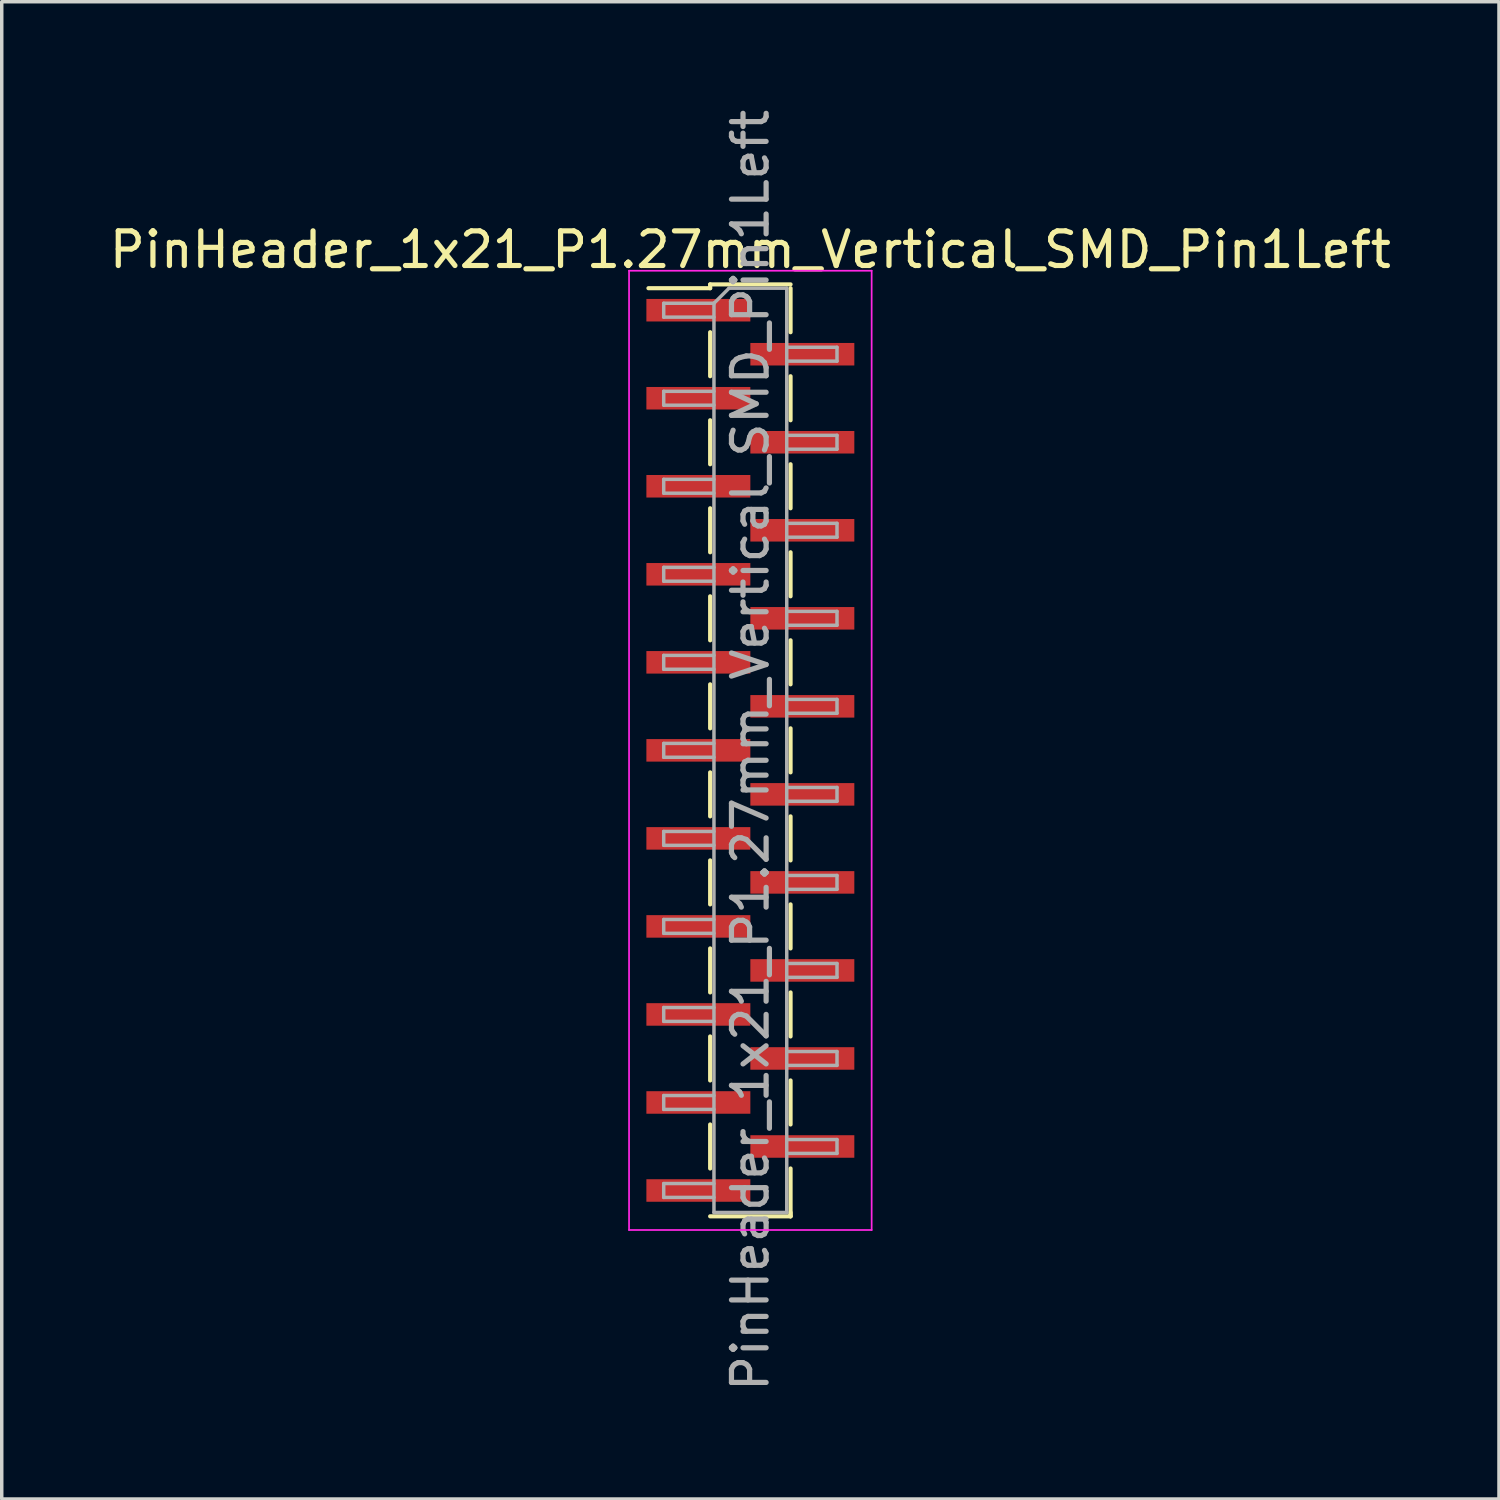
<source format=kicad_pcb>
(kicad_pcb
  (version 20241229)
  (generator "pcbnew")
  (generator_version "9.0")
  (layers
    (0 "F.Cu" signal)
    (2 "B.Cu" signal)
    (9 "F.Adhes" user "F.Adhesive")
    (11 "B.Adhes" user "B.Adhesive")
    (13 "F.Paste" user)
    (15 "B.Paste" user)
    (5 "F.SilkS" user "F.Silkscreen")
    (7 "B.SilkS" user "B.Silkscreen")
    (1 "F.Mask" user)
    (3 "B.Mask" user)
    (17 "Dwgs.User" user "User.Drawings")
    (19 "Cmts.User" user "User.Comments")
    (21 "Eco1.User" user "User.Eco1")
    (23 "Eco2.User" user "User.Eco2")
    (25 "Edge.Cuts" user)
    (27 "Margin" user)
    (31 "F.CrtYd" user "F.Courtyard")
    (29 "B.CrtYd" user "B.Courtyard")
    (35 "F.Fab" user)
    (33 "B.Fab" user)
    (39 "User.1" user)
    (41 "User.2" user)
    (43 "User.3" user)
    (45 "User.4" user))
  (footprint "PinHeader_1x21_P1.27mm_Vertical_SMD_Pin1Left"
    (layer "F.Cu")
    (at 18.601 18.601)
    (property "Reference" "PinHeader_1x21_P1.27mm_Vertical_SMD_Pin1Left" (at 0 -14.445 0) (layer "F.SilkS") (effects (font (size 1 1) (thickness 0.15))))
    (attr smd)
    (fp_line (start -1.16 -13.445) (end -1.16 -13.335) (stroke (width 0.12) (type solid)) (layer "F.SilkS"))
    (fp_line (start -1.16 -13.445) (end 1.16 -13.445) (stroke (width 0.12) (type solid)) (layer "F.SilkS"))
    (fp_line (start -1.16 -13.335) (end -2.94 -13.335) (stroke (width 0.12) (type solid)) (layer "F.SilkS"))
    (fp_line (start -1.16 -12.065) (end -1.16 -10.795) (stroke (width 0.12) (type solid)) (layer "F.SilkS"))
    (fp_line (start -1.16 -9.525) (end -1.16 -8.255) (stroke (width 0.12) (type solid)) (layer "F.SilkS"))
    (fp_line (start -1.16 -6.985) (end -1.16 -5.715) (stroke (width 0.12) (type solid)) (layer "F.SilkS"))
    (fp_line (start -1.16 -4.445) (end -1.16 -3.175) (stroke (width 0.12) (type solid)) (layer "F.SilkS"))
    (fp_line (start -1.16 -1.905) (end -1.16 -0.635) (stroke (width 0.12) (type solid)) (layer "F.SilkS"))
    (fp_line (start -1.16 0.635) (end -1.16 1.905) (stroke (width 0.12) (type solid)) (layer "F.SilkS"))
    (fp_line (start -1.16 3.175) (end -1.16 4.445) (stroke (width 0.12) (type solid)) (layer "F.SilkS"))
    (fp_line (start -1.16 5.715) (end -1.16 6.985) (stroke (width 0.12) (type solid)) (layer "F.SilkS"))
    (fp_line (start -1.16 8.255) (end -1.16 9.525) (stroke (width 0.12) (type solid)) (layer "F.SilkS"))
    (fp_line (start -1.16 10.795) (end -1.16 12.065) (stroke (width 0.12) (type solid)) (layer "F.SilkS"))
    (fp_line (start -1.16 13.445) (end 1.16 13.445) (stroke (width 0.12) (type solid)) (layer "F.SilkS"))
    (fp_line (start 1.16 -13.335) (end 1.16 -12.065) (stroke (width 0.12) (type solid)) (layer "F.SilkS"))
    (fp_line (start 1.16 -10.795) (end 1.16 -9.525) (stroke (width 0.12) (type solid)) (layer "F.SilkS"))
    (fp_line (start 1.16 -8.255) (end 1.16 -6.985) (stroke (width 0.12) (type solid)) (layer "F.SilkS"))
    (fp_line (start 1.16 -5.715) (end 1.16 -4.445) (stroke (width 0.12) (type solid)) (layer "F.SilkS"))
    (fp_line (start 1.16 -3.175) (end 1.16 -1.905) (stroke (width 0.12) (type solid)) (layer "F.SilkS"))
    (fp_line (start 1.16 -0.635) (end 1.16 0.635) (stroke (width 0.12) (type solid)) (layer "F.SilkS"))
    (fp_line (start 1.16 1.905) (end 1.16 3.175) (stroke (width 0.12) (type solid)) (layer "F.SilkS"))
    (fp_line (start 1.16 4.445) (end 1.16 5.715) (stroke (width 0.12) (type solid)) (layer "F.SilkS"))
    (fp_line (start 1.16 6.985) (end 1.16 8.255) (stroke (width 0.12) (type solid)) (layer "F.SilkS"))
    (fp_line (start 1.16 9.525) (end 1.16 10.795) (stroke (width 0.12) (type solid)) (layer "F.SilkS"))
    (fp_line (start 1.16 12.065) (end 1.16 13.445) (stroke (width 0.12) (type solid)) (layer "F.SilkS"))
    (fp_line (start 1.16 13.335) (end 1.16 13.445) (stroke (width 0.12) (type solid)) (layer "F.SilkS"))
    (fp_line (start -3.5 -13.84) (end -3.5 13.84) (stroke (width 0.05) (type solid)) (layer "F.CrtYd"))
    (fp_line (start -3.5 13.84) (end 3.5 13.84) (stroke (width 0.05) (type solid)) (layer "F.CrtYd"))
    (fp_line (start 3.5 -13.84) (end -3.5 -13.84) (stroke (width 0.05) (type solid)) (layer "F.CrtYd"))
    (fp_line (start 3.5 13.84) (end 3.5 -13.84) (stroke (width 0.05) (type solid)) (layer "F.CrtYd"))
    (fp_line (start -2.5 -12.9) (end -2.5 -12.5) (stroke (width 0.1) (type solid)) (layer "F.Fab"))
    (fp_line (start -2.5 -12.5) (end -1.05 -12.5) (stroke (width 0.1) (type solid)) (layer "F.Fab"))
    (fp_line (start -2.5 -10.36) (end -2.5 -9.96) (stroke (width 0.1) (type solid)) (layer "F.Fab"))
    (fp_line (start -2.5 -9.96) (end -1.05 -9.96) (stroke (width 0.1) (type solid)) (layer "F.Fab"))
    (fp_line (start -2.5 -7.82) (end -2.5 -7.42) (stroke (width 0.1) (type solid)) (layer "F.Fab"))
    (fp_line (start -2.5 -7.42) (end -1.05 -7.42) (stroke (width 0.1) (type solid)) (layer "F.Fab"))
    (fp_line (start -2.5 -5.28) (end -2.5 -4.88) (stroke (width 0.1) (type solid)) (layer "F.Fab"))
    (fp_line (start -2.5 -4.88) (end -1.05 -4.88) (stroke (width 0.1) (type solid)) (layer "F.Fab"))
    (fp_line (start -2.5 -2.74) (end -2.5 -2.34) (stroke (width 0.1) (type solid)) (layer "F.Fab"))
    (fp_line (start -2.5 -2.34) (end -1.05 -2.34) (stroke (width 0.1) (type solid)) (layer "F.Fab"))
    (fp_line (start -2.5 -0.2) (end -2.5 0.2) (stroke (width 0.1) (type solid)) (layer "F.Fab"))
    (fp_line (start -2.5 0.2) (end -1.05 0.2) (stroke (width 0.1) (type solid)) (layer "F.Fab"))
    (fp_line (start -2.5 2.34) (end -2.5 2.74) (stroke (width 0.1) (type solid)) (layer "F.Fab"))
    (fp_line (start -2.5 2.74) (end -1.05 2.74) (stroke (width 0.1) (type solid)) (layer "F.Fab"))
    (fp_line (start -2.5 4.88) (end -2.5 5.28) (stroke (width 0.1) (type solid)) (layer "F.Fab"))
    (fp_line (start -2.5 5.28) (end -1.05 5.28) (stroke (width 0.1) (type solid)) (layer "F.Fab"))
    (fp_line (start -2.5 7.42) (end -2.5 7.82) (stroke (width 0.1) (type solid)) (layer "F.Fab"))
    (fp_line (start -2.5 7.82) (end -1.05 7.82) (stroke (width 0.1) (type solid)) (layer "F.Fab"))
    (fp_line (start -2.5 9.96) (end -2.5 10.36) (stroke (width 0.1) (type solid)) (layer "F.Fab"))
    (fp_line (start -2.5 10.36) (end -1.05 10.36) (stroke (width 0.1) (type solid)) (layer "F.Fab"))
    (fp_line (start -2.5 12.5) (end -2.5 12.9) (stroke (width 0.1) (type solid)) (layer "F.Fab"))
    (fp_line (start -2.5 12.9) (end -1.05 12.9) (stroke (width 0.1) (type solid)) (layer "F.Fab"))
    (fp_line (start -1.05 -12.9) (end -2.5 -12.9) (stroke (width 0.1) (type solid)) (layer "F.Fab"))
    (fp_line (start -1.05 -12.9) (end -0.615 -13.335) (stroke (width 0.1) (type solid)) (layer "F.Fab"))
    (fp_line (start -1.05 -10.36) (end -2.5 -10.36) (stroke (width 0.1) (type solid)) (layer "F.Fab"))
    (fp_line (start -1.05 -7.82) (end -2.5 -7.82) (stroke (width 0.1) (type solid)) (layer "F.Fab"))
    (fp_line (start -1.05 -5.28) (end -2.5 -5.28) (stroke (width 0.1) (type solid)) (layer "F.Fab"))
    (fp_line (start -1.05 -2.74) (end -2.5 -2.74) (stroke (width 0.1) (type solid)) (layer "F.Fab"))
    (fp_line (start -1.05 -0.2) (end -2.5 -0.2) (stroke (width 0.1) (type solid)) (layer "F.Fab"))
    (fp_line (start -1.05 2.34) (end -2.5 2.34) (stroke (width 0.1) (type solid)) (layer "F.Fab"))
    (fp_line (start -1.05 4.88) (end -2.5 4.88) (stroke (width 0.1) (type solid)) (layer "F.Fab"))
    (fp_line (start -1.05 7.42) (end -2.5 7.42) (stroke (width 0.1) (type solid)) (layer "F.Fab"))
    (fp_line (start -1.05 9.96) (end -2.5 9.96) (stroke (width 0.1) (type solid)) (layer "F.Fab"))
    (fp_line (start -1.05 12.5) (end -2.5 12.5) (stroke (width 0.1) (type solid)) (layer "F.Fab"))
    (fp_line (start -1.05 13.335) (end -1.05 -12.9) (stroke (width 0.1) (type solid)) (layer "F.Fab"))
    (fp_line (start -0.615 -13.335) (end 1.05 -13.335) (stroke (width 0.1) (type solid)) (layer "F.Fab"))
    (fp_line (start 1.05 -13.335) (end 1.05 13.335) (stroke (width 0.1) (type solid)) (layer "F.Fab"))
    (fp_line (start 1.05 -11.63) (end 2.5 -11.63) (stroke (width 0.1) (type solid)) (layer "F.Fab"))
    (fp_line (start 1.05 -9.09) (end 2.5 -9.09) (stroke (width 0.1) (type solid)) (layer "F.Fab"))
    (fp_line (start 1.05 -6.55) (end 2.5 -6.55) (stroke (width 0.1) (type solid)) (layer "F.Fab"))
    (fp_line (start 1.05 -4.01) (end 2.5 -4.01) (stroke (width 0.1) (type solid)) (layer "F.Fab"))
    (fp_line (start 1.05 -1.47) (end 2.5 -1.47) (stroke (width 0.1) (type solid)) (layer "F.Fab"))
    (fp_line (start 1.05 1.07) (end 2.5 1.07) (stroke (width 0.1) (type solid)) (layer "F.Fab"))
    (fp_line (start 1.05 3.61) (end 2.5 3.61) (stroke (width 0.1) (type solid)) (layer "F.Fab"))
    (fp_line (start 1.05 6.15) (end 2.5 6.15) (stroke (width 0.1) (type solid)) (layer "F.Fab"))
    (fp_line (start 1.05 8.69) (end 2.5 8.69) (stroke (width 0.1) (type solid)) (layer "F.Fab"))
    (fp_line (start 1.05 11.23) (end 2.5 11.23) (stroke (width 0.1) (type solid)) (layer "F.Fab"))
    (fp_line (start 1.05 13.335) (end -1.05 13.335) (stroke (width 0.1) (type solid)) (layer "F.Fab"))
    (fp_line (start 2.5 -11.63) (end 2.5 -11.23) (stroke (width 0.1) (type solid)) (layer "F.Fab"))
    (fp_line (start 2.5 -11.23) (end 1.05 -11.23) (stroke (width 0.1) (type solid)) (layer "F.Fab"))
    (fp_line (start 2.5 -9.09) (end 2.5 -8.69) (stroke (width 0.1) (type solid)) (layer "F.Fab"))
    (fp_line (start 2.5 -8.69) (end 1.05 -8.69) (stroke (width 0.1) (type solid)) (layer "F.Fab"))
    (fp_line (start 2.5 -6.55) (end 2.5 -6.15) (stroke (width 0.1) (type solid)) (layer "F.Fab"))
    (fp_line (start 2.5 -6.15) (end 1.05 -6.15) (stroke (width 0.1) (type solid)) (layer "F.Fab"))
    (fp_line (start 2.5 -4.01) (end 2.5 -3.61) (stroke (width 0.1) (type solid)) (layer "F.Fab"))
    (fp_line (start 2.5 -3.61) (end 1.05 -3.61) (stroke (width 0.1) (type solid)) (layer "F.Fab"))
    (fp_line (start 2.5 -1.47) (end 2.5 -1.07) (stroke (width 0.1) (type solid)) (layer "F.Fab"))
    (fp_line (start 2.5 -1.07) (end 1.05 -1.07) (stroke (width 0.1) (type solid)) (layer "F.Fab"))
    (fp_line (start 2.5 1.07) (end 2.5 1.47) (stroke (width 0.1) (type solid)) (layer "F.Fab"))
    (fp_line (start 2.5 1.47) (end 1.05 1.47) (stroke (width 0.1) (type solid)) (layer "F.Fab"))
    (fp_line (start 2.5 3.61) (end 2.5 4.01) (stroke (width 0.1) (type solid)) (layer "F.Fab"))
    (fp_line (start 2.5 4.01) (end 1.05 4.01) (stroke (width 0.1) (type solid)) (layer "F.Fab"))
    (fp_line (start 2.5 6.15) (end 2.5 6.55) (stroke (width 0.1) (type solid)) (layer "F.Fab"))
    (fp_line (start 2.5 6.55) (end 1.05 6.55) (stroke (width 0.1) (type solid)) (layer "F.Fab"))
    (fp_line (start 2.5 8.69) (end 2.5 9.09) (stroke (width 0.1) (type solid)) (layer "F.Fab"))
    (fp_line (start 2.5 9.09) (end 1.05 9.09) (stroke (width 0.1) (type solid)) (layer "F.Fab"))
    (fp_line (start 2.5 11.23) (end 2.5 11.63) (stroke (width 0.1) (type solid)) (layer "F.Fab"))
    (fp_line (start 2.5 11.63) (end 1.05 11.63) (stroke (width 0.1) (type solid)) (layer "F.Fab"))
    (fp_text user "${REFERENCE}" (at 0 0 90) (layer "F.Fab") (effects (font (size 1 1) (thickness 0.15))))
    (pad "1" smd rect (at -1.5 -12.7) (size 3 0.65) (layers "F.Cu" "F.Mask" "F.Paste"))
    (pad "2" smd rect (at 1.5 -11.43) (size 3 0.65) (layers "F.Cu" "F.Mask" "F.Paste"))
    (pad "3" smd rect (at -1.5 -10.16) (size 3 0.65) (layers "F.Cu" "F.Mask" "F.Paste"))
    (pad "4" smd rect (at 1.5 -8.89) (size 3 0.65) (layers "F.Cu" "F.Mask" "F.Paste"))
    (pad "5" smd rect (at -1.5 -7.62) (size 3 0.65) (layers "F.Cu" "F.Mask" "F.Paste"))
    (pad "6" smd rect (at 1.5 -6.35) (size 3 0.65) (layers "F.Cu" "F.Mask" "F.Paste"))
    (pad "7" smd rect (at -1.5 -5.08) (size 3 0.65) (layers "F.Cu" "F.Mask" "F.Paste"))
    (pad "8" smd rect (at 1.5 -3.81) (size 3 0.65) (layers "F.Cu" "F.Mask" "F.Paste"))
    (pad "9" smd rect (at -1.5 -2.54) (size 3 0.65) (layers "F.Cu" "F.Mask" "F.Paste"))
    (pad "10" smd rect (at 1.5 -1.27) (size 3 0.65) (layers "F.Cu" "F.Mask" "F.Paste"))
    (pad "11" smd rect (at -1.5 0) (size 3 0.65) (layers "F.Cu" "F.Mask" "F.Paste"))
    (pad "12" smd rect (at 1.5 1.27) (size 3 0.65) (layers "F.Cu" "F.Mask" "F.Paste"))
    (pad "13" smd rect (at -1.5 2.54) (size 3 0.65) (layers "F.Cu" "F.Mask" "F.Paste"))
    (pad "14" smd rect (at 1.5 3.81) (size 3 0.65) (layers "F.Cu" "F.Mask" "F.Paste"))
    (pad "15" smd rect (at -1.5 5.08) (size 3 0.65) (layers "F.Cu" "F.Mask" "F.Paste"))
    (pad "16" smd rect (at 1.5 6.35) (size 3 0.65) (layers "F.Cu" "F.Mask" "F.Paste"))
    (pad "17" smd rect (at -1.5 7.62) (size 3 0.65) (layers "F.Cu" "F.Mask" "F.Paste"))
    (pad "18" smd rect (at 1.5 8.89) (size 3 0.65) (layers "F.Cu" "F.Mask" "F.Paste"))
    (pad "19" smd rect (at -1.5 10.16) (size 3 0.65) (layers "F.Cu" "F.Mask" "F.Paste"))
    (pad "20" smd rect (at 1.5 11.43) (size 3 0.65) (layers "F.Cu" "F.Mask" "F.Paste"))
    (pad "21" smd rect (at -1.5 12.7) (size 3 0.65) (layers "F.Cu" "F.Mask" "F.Paste")))
  (gr_rect
    (start -3 -3)
    (end 40.202 40.202)
    (stroke (width 0.1) (type default))
    (fill no)
    (layer "Edge.Cuts")))
</source>
